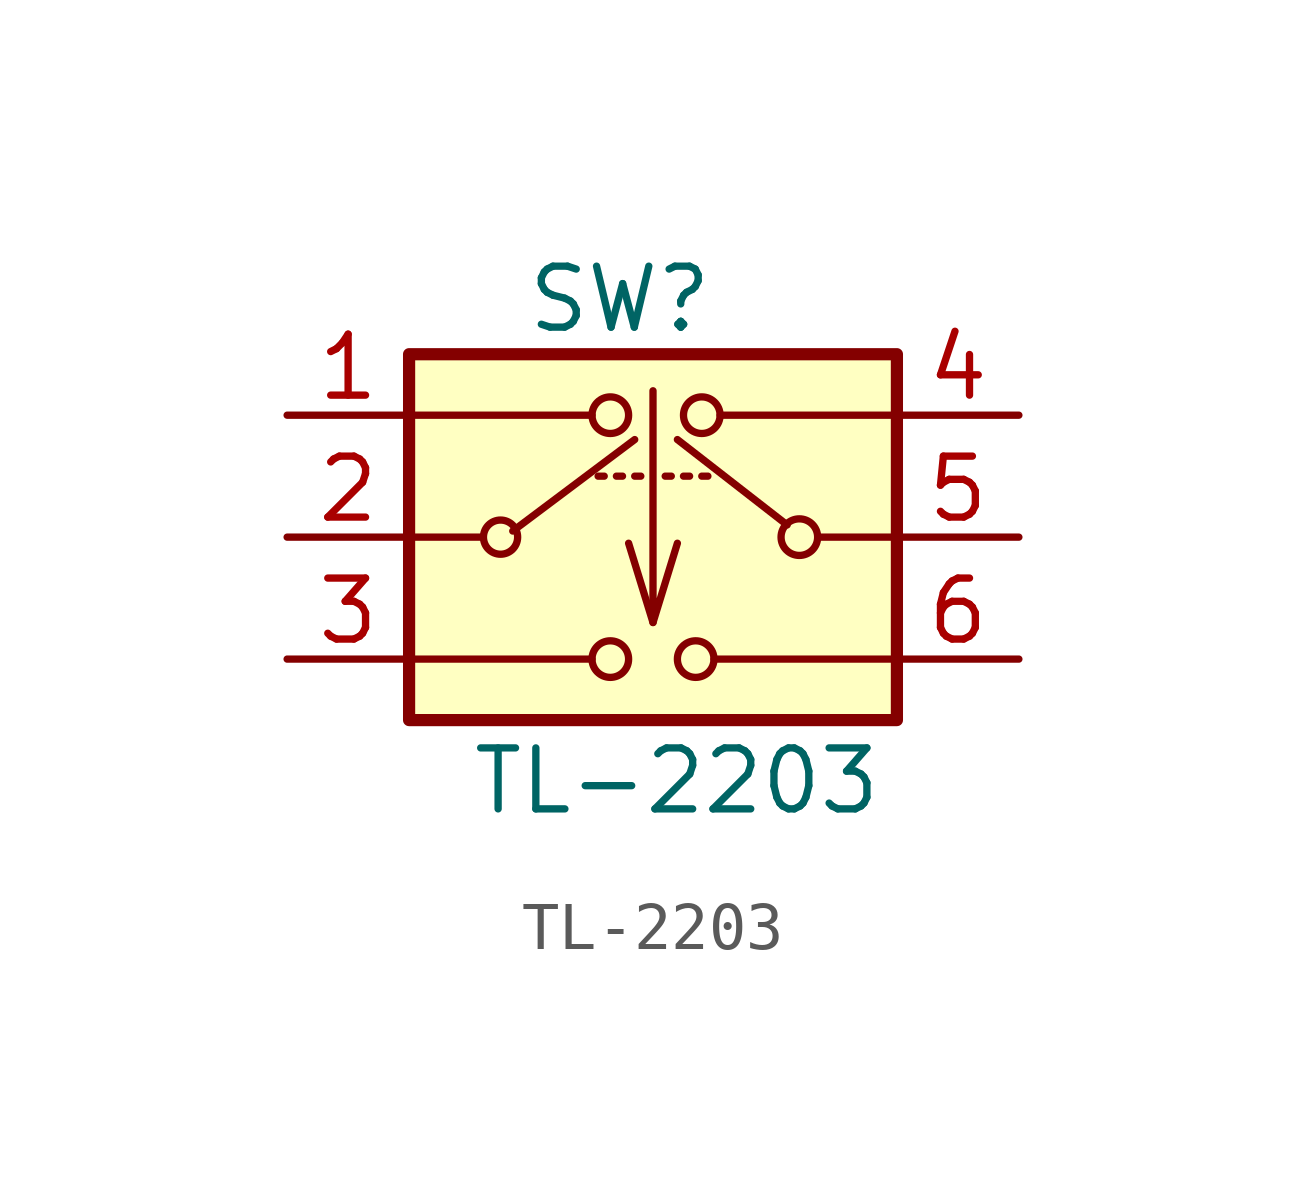
<source format=kicad_sym>
(kicad_symbol_lib
  (version 20211014)
  (generator kicad_symbol_editor)
  (symbol "TL-2203"
    (pin_names
      (offset 1.016))
    (property "Reference" "SW"
      (at -2.667 4.953 0)
      (effects (font (size 1.27 1.27)) (justify left)))
    (property "Value" "TL-2203"
      (at -3.81 -5.08 0)
      (effects (font (size 1.27 1.27)) (justify left)))
    (symbol "TL-2203_0_1"
      (rectangle (start -5.08 0) (end -3.556 0) (stroke (width 0) (type default) (color 0 0 0 0)) (fill (type none)))
      (rectangle (start -5.08 3.81) (end 5.08 -3.81) (stroke (width 0.254) (type default) (color 0 0 0 0)) (fill (type background)))
      (circle (center -3.175 0) (radius 0.356) (stroke (width 0) (type default) (color 0 0 0 0)) (fill (type none)))
      (circle (center -0.889 -2.54) (radius 0.381) (stroke (width 0) (type default) (color 0 0 0 0)) (fill (type none)))
      (circle (center -0.889 2.54) (radius 0.381) (stroke (width 0) (type default) (color 0 0 0 0)) (fill (type none)))
      (polyline (pts (xy -4.953 -2.54) (xy -1.27 -2.54)) (stroke (width 0) (type default) (color 0 0 0 0)) (fill (type none)))
      (polyline (pts (xy -4.953 2.54) (xy -1.27 2.54)) (stroke (width 0) (type default) (color 0 0 0 0)) (fill (type none)))
      (polyline (pts (xy -2.921 0.127) (xy -0.381 2.032)) (stroke (width 0) (type default) (color 0 0 0 0)) (fill (type none)))
      (polyline (pts (xy -1.016 1.27) (xy -1.143 1.27)) (stroke (width 0) (type default) (color 0 0 0 0)) (fill (type none)))
      (polyline (pts (xy -0.635 1.27) (xy -0.762 1.27)) (stroke (width 0) (type default) (color 0 0 0 0)) (fill (type none)))
      (polyline (pts (xy -0.254 1.27) (xy -0.381 1.27)) (stroke (width 0) (type default) (color 0 0 0 0)) (fill (type none)))
      (polyline (pts (xy 0 -1.778) (xy -0.508 -0.127)) (stroke (width 0) (type default) (color 0 0 0 0)) (fill (type none)))
      (polyline (pts (xy 0.254 1.27) (xy 0.381 1.27)) (stroke (width 0) (type default) (color 0 0 0 0)) (fill (type none)))
      (polyline (pts (xy 0.635 1.27) (xy 0.762 1.27)) (stroke (width 0) (type default) (color 0 0 0 0)) (fill (type none)))
      (polyline (pts (xy 1.016 1.27) (xy 1.143 1.27)) (stroke (width 0) (type default) (color 0 0 0 0)) (fill (type none)))
      (polyline (pts (xy 2.794 0.254) (xy 0.508 2.032)) (stroke (width 0) (type default) (color 0 0 0 0)) (fill (type none)))
      (polyline (pts (xy 4.953 -2.54) (xy 1.27 -2.54)) (stroke (width 0) (type default) (color 0 0 0 0)) (fill (type none)))
      (polyline (pts (xy 5.08 2.54) (xy 1.397 2.54)) (stroke (width 0) (type default) (color 0 0 0 0)) (fill (type none)))
      (polyline (pts (xy 0 3.048) (xy 0 -1.778) (xy 0.508 -0.127)) (stroke (width 0) (type default) (color 0 0 0 0)) (fill (type none)))
      (circle (center 0.889 -2.54) (radius 0.381) (stroke (width 0) (type default) (color 0 0 0 0)) (fill (type none)))
      (circle (center 1.016 2.54) (radius 0.381) (stroke (width 0) (type default) (color 0 0 0 0)) (fill (type none)))
      (circle (center 3.048 0) (radius 0.381) (stroke (width 0) (type default) (color 0 0 0 0)) (fill (type none)))
      (rectangle (start 4.953 0) (end 3.429 0) (stroke (width 0) (type default) (color 0 0 0 0)) (fill (type none))))
    (symbol "TL-2203_1_1"
      (pin passive line (at -7.62 2.54 0) (length 2.54) (name "~" (effects (font (size 1.27 1.27)))) (number "1" (effects (font (size 1.27 1.27)))))
      (pin passive line (at -7.62 0 0) (length 2.54) (name "~" (effects (font (size 1.27 1.27)))) (number "2" (effects (font (size 1.27 1.27)))))
      (pin passive line (at -7.62 -2.54 0) (length 2.54) (name "~" (effects (font (size 1.27 1.27)))) (number "3" (effects (font (size 1.27 1.27)))))
      (pin passive line (at 7.62 2.54 180) (length 2.54) (name "~" (effects (font (size 1.27 1.27)))) (number "4" (effects (font (size 1.27 1.27)))))
      (pin passive line (at 7.62 0 180) (length 2.54) (name "~" (effects (font (size 1.27 1.27)))) (number "5" (effects (font (size 1.27 1.27)))))
      (pin passive line (at 7.62 -2.54 180) (length 2.54) (name "~" (effects (font (size 1.27 1.27)))) (number "6" (effects (font (size 1.27 1.27))))))))
</source>
